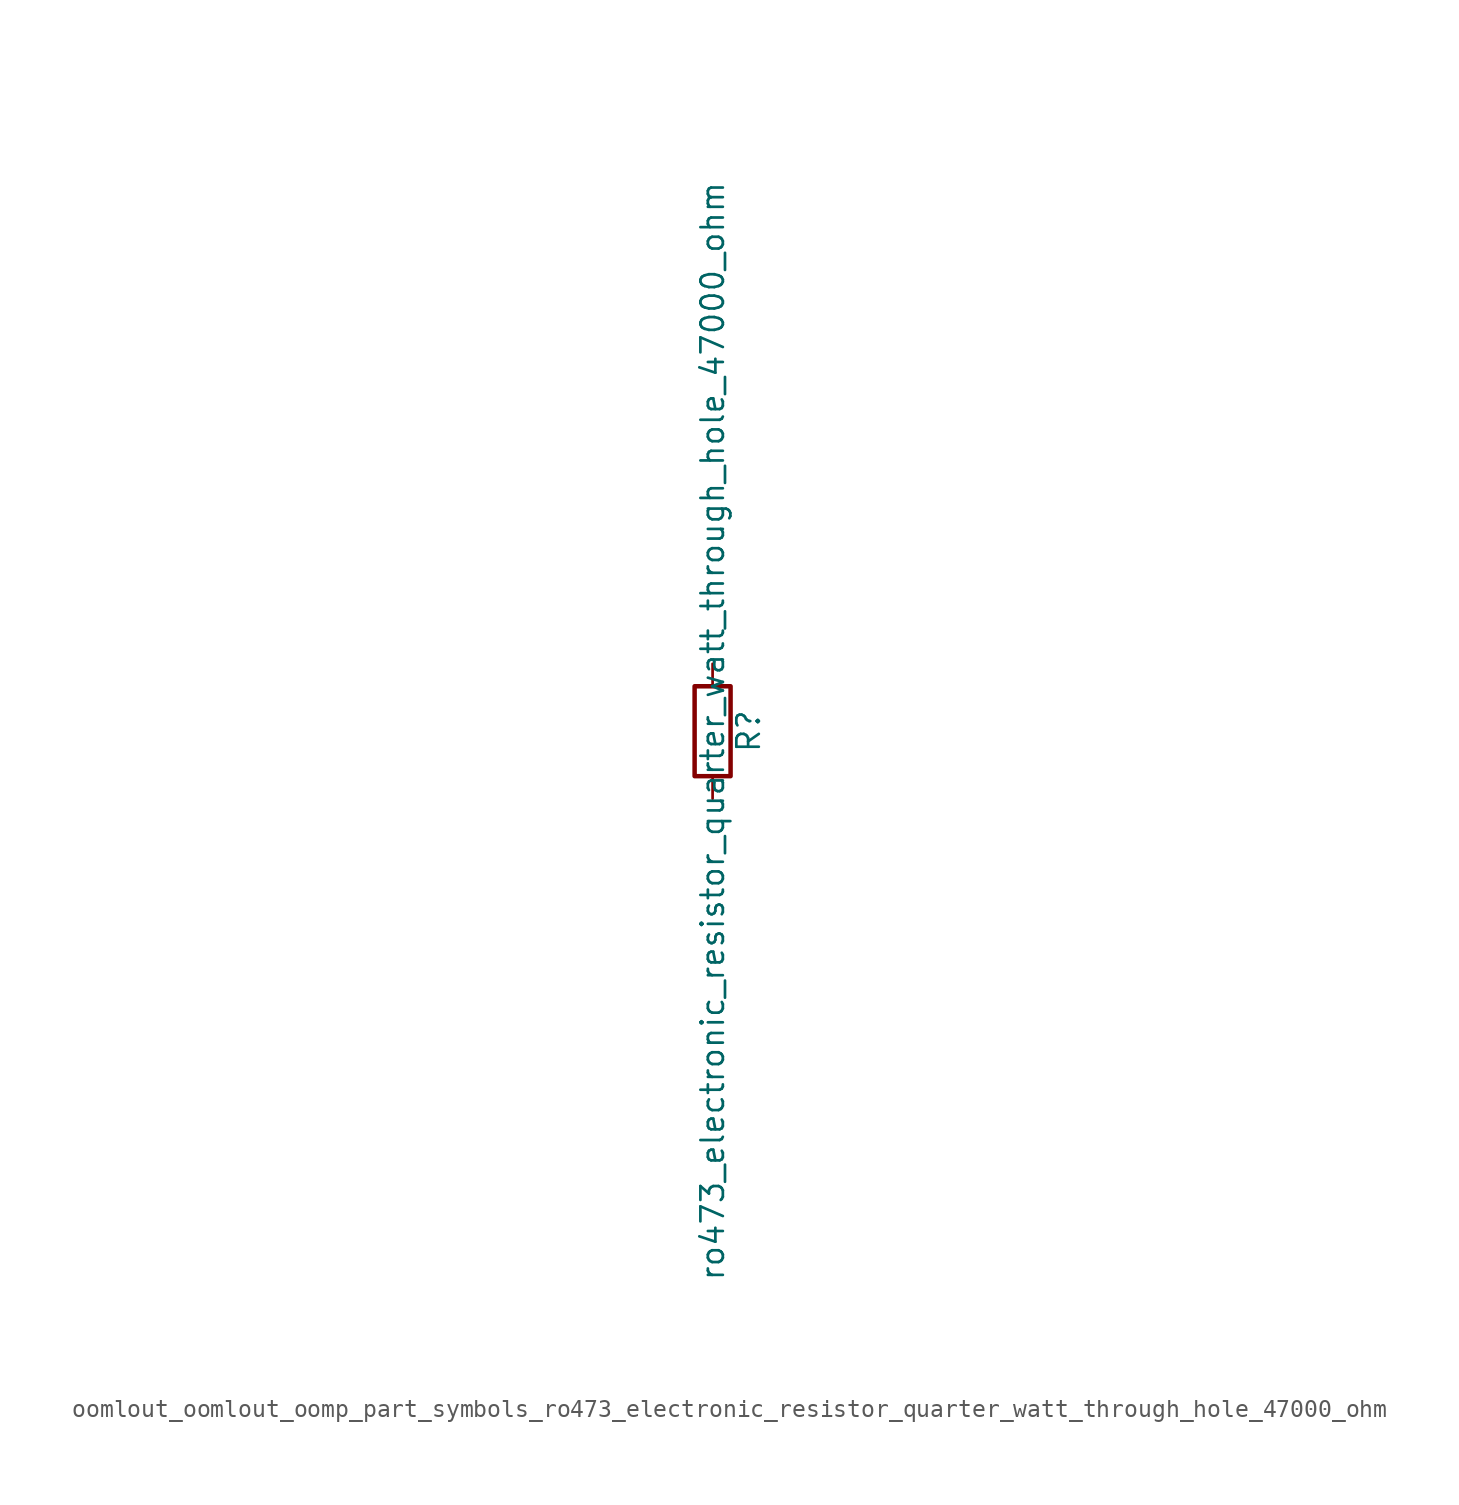
<source format=kicad_sym>
(kicad_symbol_lib
  (version 20220914)
  (generator kicad_symbol_editor)
  (symbol "oomlout_oomlout_oomp_part_symbols_ro473_electronic_resistor_quarter_watt_through_hole_47000_ohm"
    (pin_numbers hide)
    (pin_names
      (offset 0))
    (property "Reference" "R"
      (at 2.032 0 90)
      (effects (font (size 1.27 1.27))))
    (property "Value" "ro473_electronic_resistor_quarter_watt_through_hole_47000_ohm"
      (at 0 0 90)
      (effects (font (size 1.27 1.27))))
    (symbol "oomlout_oomlout_oomp_part_symbols_ro473_electronic_resistor_quarter_watt_through_hole_47000_ohm_0_1"
      (rectangle (start -1.016 -2.54) (end 1.016 2.54) (stroke (width 0.254) (type default)) (fill (type none))))
    (symbol "oomlout_oomlout_oomp_part_symbols_ro473_electronic_resistor_quarter_watt_through_hole_47000_ohm_1_1"
      (pin passive line (at 0 3.81 270) (length 1.27) (name "~" (effects (font (size 1.27 1.27)))) (number "1" (effects (font (size 1.27 1.27)))))
      (pin passive line (at 0 -3.81 90) (length 1.27) (name "~" (effects (font (size 1.27 1.27)))) (number "2" (effects (font (size 1.27 1.27))))))))
</source>
